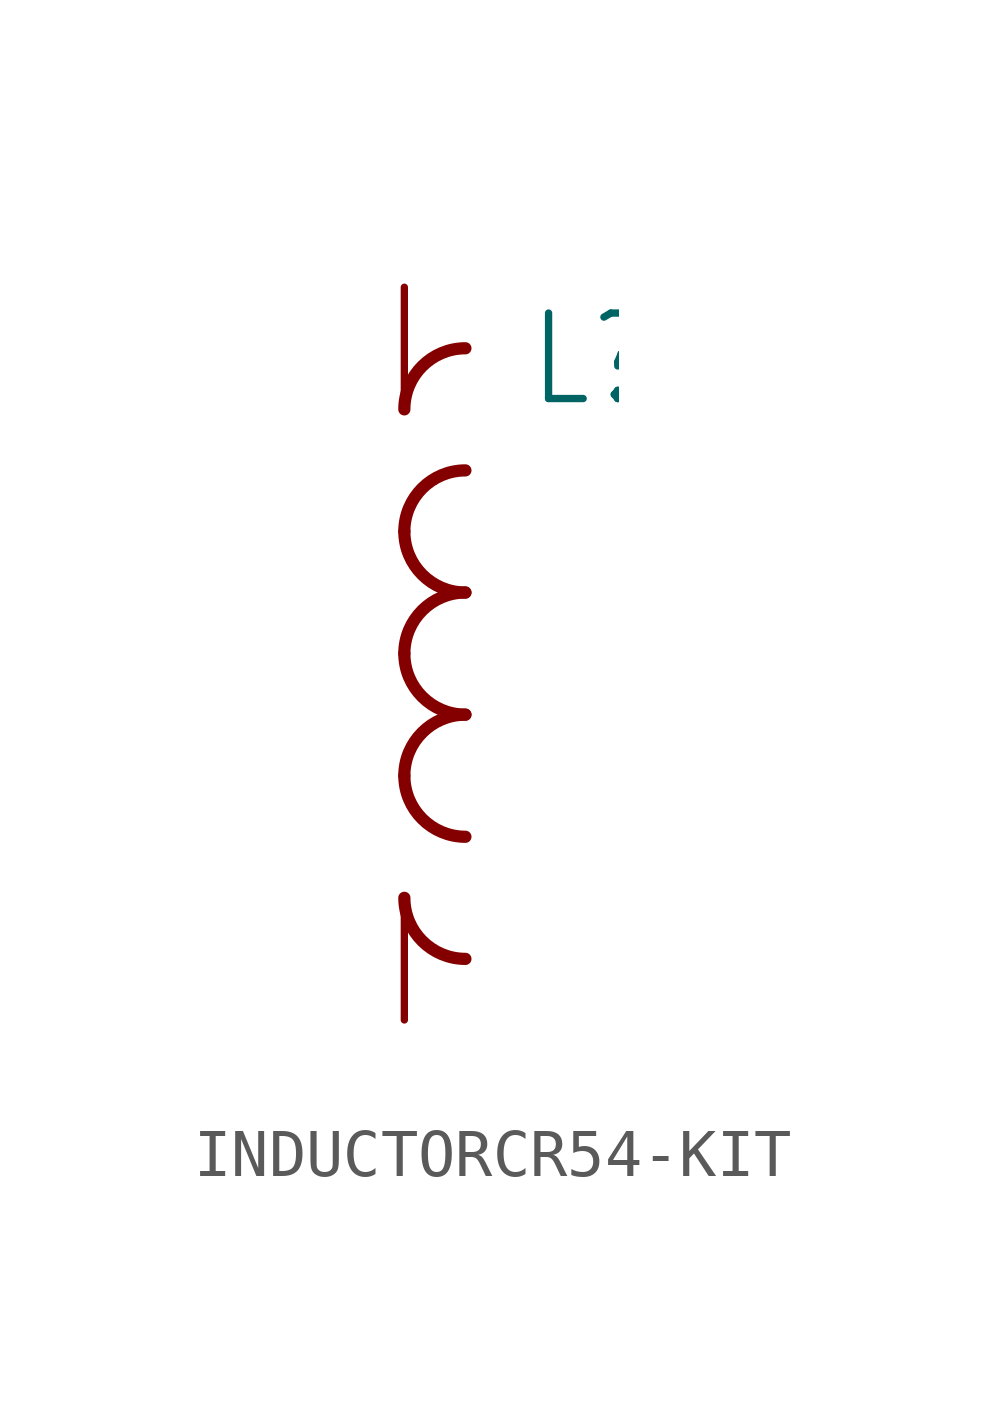
<source format=kicad_sym>
(kicad_symbol_lib
  (version 20241209)
  (generator "kicad_symbol_editor")
  (generator_version "9.0")
  (symbol "INDUCTORCR54-KIT"
    (property "Reference" "L"
      (at 2.54 5.08 0)
      (effects (font (size 1.778 1.511)) (justify left bottom)))
    (property "Value" ""
      (at 2.54 -5.08 0)
      (effects (font (size 1.778 1.511)) (justify left bottom)))
    (property "ki_locked" ""
      (at 0 0 0)
      (effects (font (size 1.27 1.27))))
    (symbol "INDUCTORCR54-KIT_1_0"
      (arc (start 0 5.08) (mid 0.372 5.978) (end 1.27 6.35) (stroke (width 0.254) (type solid)) (fill (type none)))
      (arc (start 0 2.54) (mid 0.372 3.438) (end 1.27 3.81) (stroke (width 0.254) (type solid)) (fill (type none)))
      (arc (start 1.27 1.27) (mid 0.372 1.642) (end 0 2.54) (stroke (width 0.254) (type solid)) (fill (type none)))
      (arc (start 0 0) (mid 0.372 0.898) (end 1.27 1.27) (stroke (width 0.254) (type solid)) (fill (type none)))
      (arc (start 1.27 -1.27) (mid 0.372 -0.898) (end 0 0) (stroke (width 0.254) (type solid)) (fill (type none)))
      (arc (start 0 -2.54) (mid 0.372 -1.642) (end 1.27 -1.27) (stroke (width 0.254) (type solid)) (fill (type none)))
      (arc (start 1.27 -3.81) (mid 0.372 -3.438) (end 0 -2.54) (stroke (width 0.254) (type solid)) (fill (type none)))
      (arc (start 1.27 -6.35) (mid 0.372 -5.978) (end 0 -5.08) (stroke (width 0.254) (type solid)) (fill (type none)))
      (pin passive line (at 0 7.62 270) (length 2.54) (name "1" (effects (font (size 0 0)))) (number "P$1" (effects (font (size 0 0)))))
      (pin passive line (at 0 -7.62 90) (length 2.54) (name "2" (effects (font (size 0 0)))) (number "P$2" (effects (font (size 0 0))))))))
</source>
